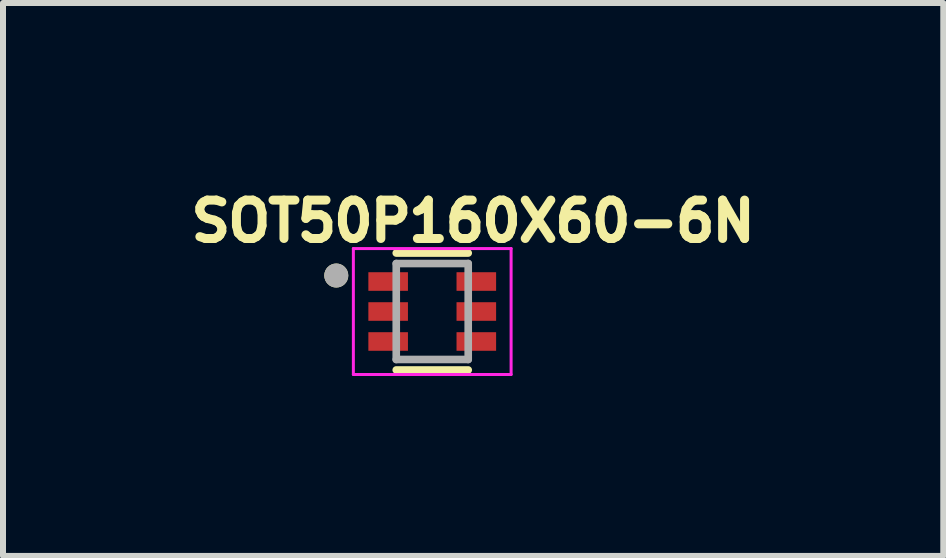
<source format=kicad_pcb>
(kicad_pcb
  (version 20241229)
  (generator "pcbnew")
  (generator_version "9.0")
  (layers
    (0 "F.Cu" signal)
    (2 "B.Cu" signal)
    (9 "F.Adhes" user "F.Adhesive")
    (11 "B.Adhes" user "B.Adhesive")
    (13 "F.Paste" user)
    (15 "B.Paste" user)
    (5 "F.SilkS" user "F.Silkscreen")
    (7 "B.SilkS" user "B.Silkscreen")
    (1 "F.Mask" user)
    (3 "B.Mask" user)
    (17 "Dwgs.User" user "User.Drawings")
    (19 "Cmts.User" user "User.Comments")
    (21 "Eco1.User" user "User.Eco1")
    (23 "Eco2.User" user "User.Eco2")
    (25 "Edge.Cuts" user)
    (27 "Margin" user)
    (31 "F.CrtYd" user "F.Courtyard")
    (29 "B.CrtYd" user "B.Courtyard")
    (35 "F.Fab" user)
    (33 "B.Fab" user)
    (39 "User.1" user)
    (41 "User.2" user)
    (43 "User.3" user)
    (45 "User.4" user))
  (footprint "SOT50P160X60-6N"
    (layer "F.Cu")
    (at 4.157 2.144)
    (property "Reference" "SOT50P160X60-6N" (at 0.682 -1.506 0) (layer "F.SilkS") (effects (font (size 0.64 0.64) (thickness 0.15))))
    (attr smd)
    (fp_line (start -0.6 -0.975) (end 0.6 -0.975) (stroke (width 0.127) (type solid)) (layer "F.SilkS"))
    (fp_line (start -0.6 0.975) (end 0.6 0.975) (stroke (width 0.127) (type solid)) (layer "F.SilkS"))
    (fp_circle (center -1.6 -0.6) (end -1.5 -0.6) (stroke (width 0.2) (type solid)) (fill no) (layer "F.SilkS"))
    (fp_line (start -1.315 -1.05) (end 1.315 -1.05) (stroke (width 0.05) (type solid)) (layer "F.CrtYd"))
    (fp_line (start -1.315 1.05) (end -1.315 -1.05) (stroke (width 0.05) (type solid)) (layer "F.CrtYd"))
    (fp_line (start 1.315 -1.05) (end 1.315 1.05) (stroke (width 0.05) (type solid)) (layer "F.CrtYd"))
    (fp_line (start 1.315 1.05) (end -1.315 1.05) (stroke (width 0.05) (type solid)) (layer "F.CrtYd"))
    (fp_line (start -0.6 -0.8) (end 0.6 -0.8) (stroke (width 0.127) (type solid)) (layer "F.Fab"))
    (fp_line (start -0.6 0.8) (end -0.6 -0.8) (stroke (width 0.127) (type solid)) (layer "F.Fab"))
    (fp_line (start 0.6 -0.8) (end 0.6 0.8) (stroke (width 0.127) (type solid)) (layer "F.Fab"))
    (fp_line (start 0.6 0.8) (end -0.6 0.8) (stroke (width 0.127) (type solid)) (layer "F.Fab"))
    (fp_circle (center -1.6 -0.6) (end -1.5 -0.6) (stroke (width 0.2) (type solid)) (fill no) (layer "F.Fab"))
    (pad "1" smd rect (at -0.735 -0.5) (size 0.66 0.31) (layers "F.Cu" "F.Mask" "F.Paste"))
    (pad "2" smd rect (at -0.735 0) (size 0.66 0.31) (layers "F.Cu" "F.Mask" "F.Paste"))
    (pad "3" smd rect (at -0.735 0.5) (size 0.66 0.31) (layers "F.Cu" "F.Mask" "F.Paste"))
    (pad "4" smd rect (at 0.735 0.5) (size 0.66 0.31) (layers "F.Cu" "F.Mask" "F.Paste"))
    (pad "5" smd rect (at 0.735 0) (size 0.66 0.31) (layers "F.Cu" "F.Mask" "F.Paste"))
    (pad "6" smd rect (at 0.735 -0.5) (size 0.66 0.31) (layers "F.Cu" "F.Mask" "F.Paste")))
  (gr_rect
    (start -3 -3)
    (end 12.678 6.219)
    (stroke (width 0.1) (type default))
    (fill no)
    (layer "Edge.Cuts")))
</source>
